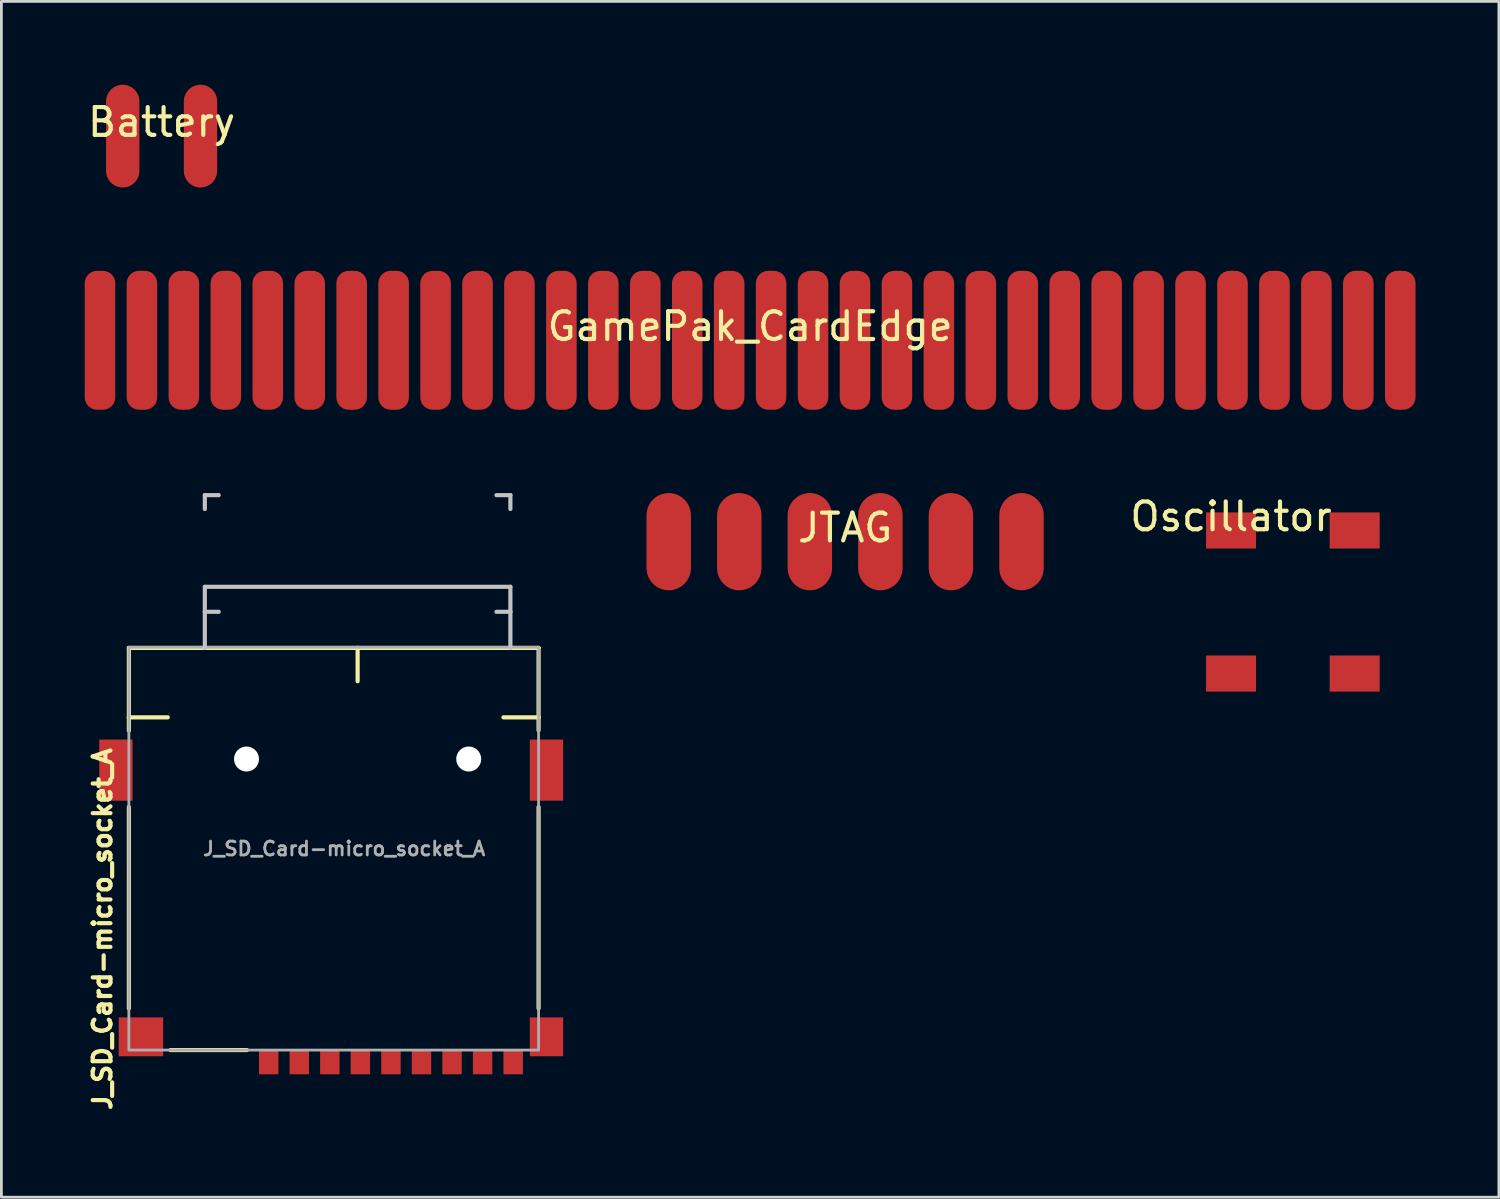
<source format=kicad_pcb>
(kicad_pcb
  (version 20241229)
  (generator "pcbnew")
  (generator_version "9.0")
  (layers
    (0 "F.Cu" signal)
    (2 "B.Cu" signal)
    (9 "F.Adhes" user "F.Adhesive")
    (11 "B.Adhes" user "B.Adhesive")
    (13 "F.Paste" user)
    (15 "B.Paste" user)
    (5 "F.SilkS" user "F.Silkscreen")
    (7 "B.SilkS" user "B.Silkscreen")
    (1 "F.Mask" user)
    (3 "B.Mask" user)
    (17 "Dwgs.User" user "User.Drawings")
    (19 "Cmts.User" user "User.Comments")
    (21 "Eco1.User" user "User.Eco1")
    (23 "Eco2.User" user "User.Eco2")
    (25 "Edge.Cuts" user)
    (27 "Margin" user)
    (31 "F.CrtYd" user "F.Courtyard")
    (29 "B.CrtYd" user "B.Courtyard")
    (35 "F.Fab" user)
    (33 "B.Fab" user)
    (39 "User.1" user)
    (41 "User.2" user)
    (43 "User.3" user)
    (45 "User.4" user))
  (footprint "Oscillator"
    (layer "F.Cu")
    (at 41.268 16.048)
    (property "Reference" "Oscillator" (at 0 -0.5 0) (unlocked yes) (layer "F.SilkS") (effects (font (size 1 1) (thickness 0.15))))
    (attr smd)
    (pad "1" smd rect (at 0 0 270) (size 1.3 1.8) (layers "F.Cu" "F.Mask" "F.Paste"))
    (pad "2" smd rect (at 0 5.15 270) (size 1.3 1.8) (layers "F.Cu" "F.Mask" "F.Paste"))
    (pad "3" smd rect (at 4.45 5.15 270) (size 1.3 1.8) (layers "F.Cu" "F.Mask" "F.Paste"))
    (pad "4" smd rect (at 4.45 0 270) (size 1.3 1.8) (layers "F.Cu" "F.Mask" "F.Paste")))
  (footprint "JTAG"
    (layer "F.Cu")
    (at 27.374 16.45)
    (property "Reference" "JTAG" (at 0 -0.5 0) (unlocked yes) (layer "F.SilkS") (effects (font (size 1 1) (thickness 0.15))))
    (attr smd)
    (pad "1" smd oval (at -6.35 0) (size 1.6 3.5) (layers "F.Cu" "F.Mask" "F.Paste"))
    (pad "2" smd oval (at -3.81 0) (size 1.6 3.5) (layers "F.Cu" "F.Mask" "F.Paste"))
    (pad "3" smd oval (at -1.27 0) (size 1.6 3.5) (layers "F.Cu" "F.Mask" "F.Paste"))
    (pad "4" smd oval (at 1.27 0) (size 1.6 3.5) (layers "F.Cu" "F.Mask" "F.Paste"))
    (pad "5" smd oval (at 3.81 0) (size 1.6 3.5) (layers "F.Cu" "F.Mask" "F.Paste"))
    (pad "6" smd oval (at 6.35 0) (size 1.6 3.5) (layers "F.Cu" "F.Mask" "F.Paste")))
  (footprint "GamePak_CardEdge"
    (layer "F.Cu")
    (at 23.955 9.2)
    (property "Reference" "GamePak_CardEdge" (at 0 -0.5 0) (unlocked yes) (layer "F.SilkS") (effects (font (size 1 1) (thickness 0.15))))
    (attr smd)
    (pad "1" smd roundrect (at -23.405 0) (size 1.1 5) (layers "F.Cu" "F.Mask") (roundrect_rratio 0.4))
    (pad "2" smd roundrect (at -21.895 0) (size 1.1 5) (layers "F.Cu" "F.Mask") (roundrect_rratio 0.4))
    (pad "3" smd roundrect (at -20.385 0) (size 1.1 5) (layers "F.Cu" "F.Mask") (roundrect_rratio 0.4))
    (pad "4" smd roundrect (at -18.875 0) (size 1.1 5) (layers "F.Cu" "F.Mask") (roundrect_rratio 0.4))
    (pad "5" smd roundrect (at -17.365 0) (size 1.1 5) (layers "F.Cu" "F.Mask") (roundrect_rratio 0.4))
    (pad "6" smd roundrect (at -15.855 0) (size 1.1 5) (layers "F.Cu" "F.Mask") (roundrect_rratio 0.4))
    (pad "7" smd roundrect (at -14.345 0) (size 1.1 5) (layers "F.Cu" "F.Mask") (roundrect_rratio 0.4))
    (pad "8" smd roundrect (at -12.835 0) (size 1.1 5) (layers "F.Cu" "F.Mask") (roundrect_rratio 0.4))
    (pad "9" smd roundrect (at -11.325 0) (size 1.1 5) (layers "F.Cu" "F.Mask") (roundrect_rratio 0.4))
    (pad "10" smd roundrect (at -9.815 0) (size 1.1 5) (layers "F.Cu" "F.Mask") (roundrect_rratio 0.4))
    (pad "11" smd roundrect (at -8.305 0) (size 1.1 5) (layers "F.Cu" "F.Mask") (roundrect_rratio 0.4))
    (pad "12" smd roundrect (at -6.795 0) (size 1.1 5) (layers "F.Cu" "F.Mask") (roundrect_rratio 0.4))
    (pad "13" smd roundrect (at -5.285 0) (size 1.1 5) (layers "F.Cu" "F.Mask") (roundrect_rratio 0.4))
    (pad "14" smd roundrect (at -3.775 0) (size 1.1 5) (layers "F.Cu" "F.Mask") (roundrect_rratio 0.4))
    (pad "15" smd roundrect (at -2.265 0) (size 1.1 5) (layers "F.Cu" "F.Mask") (roundrect_rratio 0.4))
    (pad "16" smd roundrect (at -0.755 0) (size 1.1 5) (layers "F.Cu" "F.Mask") (roundrect_rratio 0.4))
    (pad "17" smd roundrect (at 0.755 0) (size 1.1 5) (layers "F.Cu" "F.Mask") (roundrect_rratio 0.4))
    (pad "18" smd roundrect (at 2.265 0) (size 1.1 5) (layers "F.Cu" "F.Mask") (roundrect_rratio 0.4))
    (pad "19" smd roundrect (at 3.775 0) (size 1.1 5) (layers "F.Cu" "F.Mask") (roundrect_rratio 0.4))
    (pad "20" smd roundrect (at 5.285 0) (size 1.1 5) (layers "F.Cu" "F.Mask") (roundrect_rratio 0.4))
    (pad "21" smd roundrect (at 6.795 0) (size 1.1 5) (layers "F.Cu" "F.Mask") (roundrect_rratio 0.4))
    (pad "22" smd roundrect (at 8.305 0) (size 1.1 5) (layers "F.Cu" "F.Mask") (roundrect_rratio 0.4))
    (pad "23" smd roundrect (at 9.815 0) (size 1.1 5) (layers "F.Cu" "F.Mask") (roundrect_rratio 0.4))
    (pad "24" smd roundrect (at 11.325 0) (size 1.1 5) (layers "F.Cu" "F.Mask") (roundrect_rratio 0.4))
    (pad "25" smd roundrect (at 12.835 0) (size 1.1 5) (layers "F.Cu" "F.Mask") (roundrect_rratio 0.4))
    (pad "26" smd roundrect (at 14.345 0) (size 1.1 5) (layers "F.Cu" "F.Mask") (roundrect_rratio 0.4))
    (pad "27" smd roundrect (at 15.855 0) (size 1.1 5) (layers "F.Cu" "F.Mask") (roundrect_rratio 0.4))
    (pad "28" smd roundrect (at 17.365 0) (size 1.1 5) (layers "F.Cu" "F.Mask") (roundrect_rratio 0.4))
    (pad "29" smd roundrect (at 18.875 0) (size 1.1 5) (layers "F.Cu" "F.Mask") (roundrect_rratio 0.4))
    (pad "30" smd roundrect (at 20.385 0) (size 1.1 5) (layers "F.Cu" "F.Mask") (roundrect_rratio 0.4))
    (pad "31" smd roundrect (at 21.895 0) (size 1.1 5) (layers "F.Cu" "F.Mask") (roundrect_rratio 0.4))
    (pad "32" smd roundrect (at 23.405 0) (size 1.1 5) (layers "F.Cu" "F.Mask") (roundrect_rratio 0.4)))
  (footprint "J_SD_Card-micro_socket_A"
    (layer "F.Cu")
    (at 9.839 27.753)
    (property "Reference" "J_SD_Card-micro_socket_A" (at -9.201 2.645 270) (layer "F.SilkS") (effects (font (size 0.64 0.64) (thickness 0.15))))
    (attr smd)
    (fp_line (start -8.25 -7.478) (end -8.25 -4.978) (stroke (width 0.15) (type solid)) (layer "F.SilkS"))
    (fp_line (start -8.25 -4.978) (end -8.25 -4.5) (stroke (width 0.15) (type default)) (layer "F.SilkS"))
    (fp_line (start -8.25 -1.75) (end -8.25 5.5) (stroke (width 0.15) (type default)) (layer "F.SilkS"))
    (fp_line (start -6.85 -4.978) (end -8.25 -4.978) (stroke (width 0.15) (type solid)) (layer "F.SilkS"))
    (fp_line (start -6.75 7) (end -4 7) (stroke (width 0.15) (type default)) (layer "F.SilkS"))
    (fp_line (start -5.45 -7.478) (end -8.25 -7.478) (stroke (width 0.15) (type solid)) (layer "F.SilkS"))
    (fp_line (start -0.015 -7.478) (end -5.515 -7.478) (stroke (width 0.15) (type solid)) (layer "F.SilkS"))
    (fp_line (start -0.015 -6.278) (end -0.015 -7.478) (stroke (width 0.15) (type solid)) (layer "F.SilkS"))
    (fp_line (start 5.235 -4.978) (end 6.5 -4.978) (stroke (width 0.15) (type solid)) (layer "F.SilkS"))
    (fp_line (start 5.485 -7.478) (end -0.015 -7.478) (stroke (width 0.15) (type solid)) (layer "F.SilkS"))
    (fp_line (start 6.5 -7.478) (end 5.485 -7.478) (stroke (width 0.15) (type solid)) (layer "F.SilkS"))
    (fp_line (start 6.5 -7.478) (end 6.5 -4.978) (stroke (width 0.15) (type solid)) (layer "F.SilkS"))
    (fp_line (start 6.5 -4.989) (end 6.5 -4.511) (stroke (width 0.15) (type default)) (layer "F.SilkS"))
    (fp_line (start 6.5 -1.75) (end 6.5 5.5) (stroke (width 0.15) (type default)) (layer "F.SilkS"))
    (fp_line (start -5.515 -12.978) (end -5.515 -12.478) (stroke (width 0.15) (type solid)) (layer "Dwgs.User"))
    (fp_line (start -5.515 -9.678) (end -5.515 -8.778) (stroke (width 0.15) (type solid)) (layer "Dwgs.User"))
    (fp_line (start -5.515 -8.778) (end -5.515 -7.478) (stroke (width 0.15) (type solid)) (layer "Dwgs.User"))
    (fp_line (start -5.015 -12.978) (end -5.515 -12.978) (stroke (width 0.15) (type solid)) (layer "Dwgs.User"))
    (fp_line (start -5.015 -8.778) (end -5.515 -8.778) (stroke (width 0.15) (type solid)) (layer "Dwgs.User"))
    (fp_line (start 4.985 -12.978) (end 5.485 -12.978) (stroke (width 0.15) (type solid)) (layer "Dwgs.User"))
    (fp_line (start 4.985 -8.778) (end 5.485 -8.778) (stroke (width 0.15) (type solid)) (layer "Dwgs.User"))
    (fp_line (start 5.485 -12.978) (end 5.485 -12.478) (stroke (width 0.15) (type solid)) (layer "Dwgs.User"))
    (fp_line (start 5.485 -9.678) (end -5.515 -9.678) (stroke (width 0.15) (type solid)) (layer "Dwgs.User"))
    (fp_line (start 5.485 -9.678) (end 5.485 -8.778) (stroke (width 0.15) (type solid)) (layer "Dwgs.User"))
    (fp_line (start 5.485 -8.778) (end 5.485 -7.478) (stroke (width 0.15) (type solid)) (layer "Dwgs.User"))
    (fp_rect (start -8.25 -7.5) (end 6.5 7) (stroke (width 0.1) (type solid)) (fill no) (layer "F.Fab"))
    (fp_text user "${REFERENCE}" (at -0.5 -0.25 0) (layer "F.Fab") (effects (font (size 0.5 0.5) (thickness 0.1))))
    (pad "" np_thru_hole circle (at -4.015 -3.478) (size 0.9 0.9) (drill 0.9) (layers "*.Cu" "*.Mask"))
    (pad "" np_thru_hole circle (at 3.985 -3.478) (size 0.9 0.9) (drill 0.9) (layers "*.Cu" "*.Mask"))
    (pad "1" smd rect (at -3.215 7.422) (size 0.7 0.9) (layers "F.Cu" "F.Mask" "F.Paste"))
    (pad "2" smd rect (at -2.115 7.422) (size 0.7 0.9) (layers "F.Cu" "F.Mask" "F.Paste"))
    (pad "3" smd rect (at -1.015 7.422) (size 0.7 0.9) (layers "F.Cu" "F.Mask" "F.Paste"))
    (pad "4" smd rect (at 0.085 7.422) (size 0.7 0.9) (layers "F.Cu" "F.Mask" "F.Paste"))
    (pad "5" smd rect (at 1.185 7.422) (size 0.7 0.9) (layers "F.Cu" "F.Mask" "F.Paste"))
    (pad "6" smd rect (at 2.285 7.422) (size 0.7 0.9) (layers "F.Cu" "F.Mask" "F.Paste"))
    (pad "7" smd rect (at 3.385 7.422) (size 0.7 0.9) (layers "F.Cu" "F.Mask" "F.Paste"))
    (pad "8" smd rect (at 4.485 7.422) (size 0.7 0.9) (layers "F.Cu" "F.Mask" "F.Paste"))
    (pad "9" smd rect (at 5.585 7.422) (size 0.7 0.9) (layers "F.Cu" "F.Mask" "F.Paste"))
    (pad "SH" smd rect (at -8.715 -3.078) (size 1.2 2.2) (layers "F.Cu" "F.Mask" "F.Paste"))
    (pad "SH" smd rect (at -7.815 6.522) (size 1.6 1.4) (layers "F.Cu" "F.Mask" "F.Paste"))
    (pad "SH" smd rect (at 6.785 -3.078) (size 1.2 2.2) (layers "F.Cu" "F.Mask" "F.Paste"))
    (pad "SH" smd rect (at 6.785 6.522) (size 1.2 1.4) (layers "F.Cu" "F.Mask" "F.Paste")))
  (footprint "Battery"
    (layer "F.Cu")
    (at 2.768 1.85)
    (property "Reference" "Battery" (at 0 -0.5 0) (unlocked yes) (layer "F.SilkS") (effects (font (size 1 1) (thickness 0.15))))
    (attr smd)
    (pad "1" smd oval (at -1.4 0) (size 1.2 3.7) (layers "F.Cu" "F.Mask"))
    (pad "2" smd oval (at 1.4 0) (size 1.2 3.7) (layers "F.Cu" "F.Mask")))
  (gr_rect
    (start -3 -3)
    (end 50.91 40.05)
    (stroke (width 0.1) (type default))
    (fill no)
    (layer "Edge.Cuts")))
</source>
